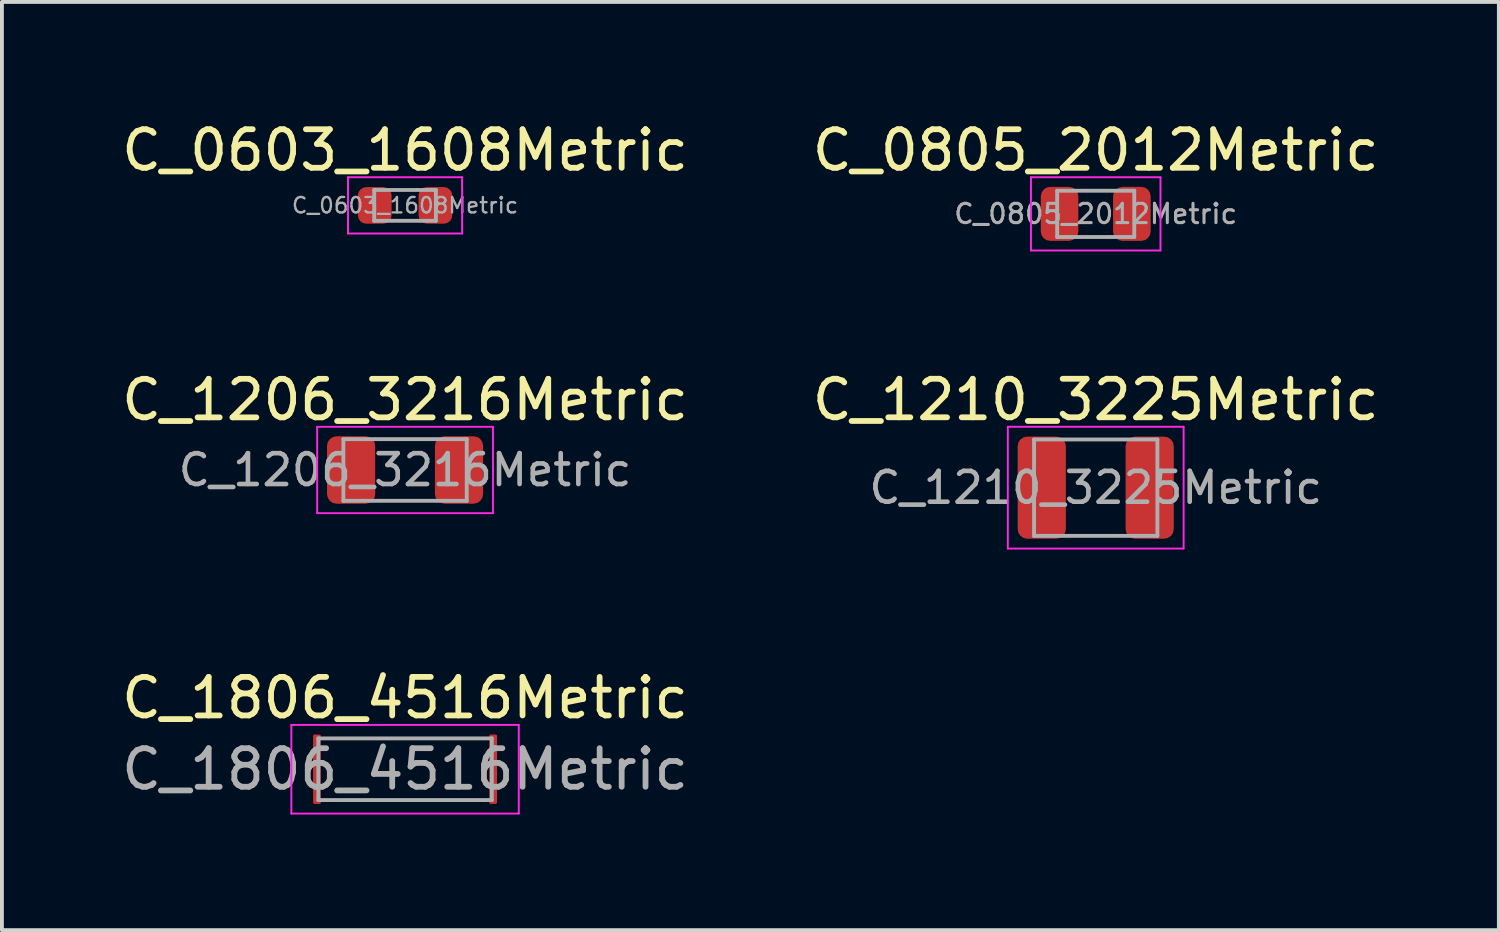
<source format=kicad_pcb>
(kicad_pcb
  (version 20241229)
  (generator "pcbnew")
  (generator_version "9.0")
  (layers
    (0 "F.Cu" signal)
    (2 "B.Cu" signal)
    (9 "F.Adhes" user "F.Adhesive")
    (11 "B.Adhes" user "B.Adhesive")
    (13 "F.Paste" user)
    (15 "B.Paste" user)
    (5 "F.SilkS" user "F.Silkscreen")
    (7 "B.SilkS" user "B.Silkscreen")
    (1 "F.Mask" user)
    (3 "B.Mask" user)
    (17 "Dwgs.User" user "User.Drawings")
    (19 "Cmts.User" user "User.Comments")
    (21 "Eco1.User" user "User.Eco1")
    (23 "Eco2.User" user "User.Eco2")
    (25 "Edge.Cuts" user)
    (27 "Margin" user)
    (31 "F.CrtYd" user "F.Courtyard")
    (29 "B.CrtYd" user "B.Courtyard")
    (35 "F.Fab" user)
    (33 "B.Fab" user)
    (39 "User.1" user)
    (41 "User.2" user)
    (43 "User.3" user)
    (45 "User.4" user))
  (footprint "C_0805_2012Metric"
    (layer "F.Cu")
    (at 25.375 2.498)
    (property "Reference" "C_0805_2012Metric" (at 0 -1.65 0) (layer "F.SilkS") (effects (font (size 1 1) (thickness 0.15))))
    (attr smd)
    (fp_line (start -1.68 -0.95) (end 1.68 -0.95) (stroke (width 0.05) (type solid)) (layer "F.CrtYd"))
    (fp_line (start -1.68 0.95) (end -1.68 -0.95) (stroke (width 0.05) (type solid)) (layer "F.CrtYd"))
    (fp_line (start 1.68 -0.95) (end 1.68 0.95) (stroke (width 0.05) (type solid)) (layer "F.CrtYd"))
    (fp_line (start 1.68 0.95) (end -1.68 0.95) (stroke (width 0.05) (type solid)) (layer "F.CrtYd"))
    (fp_line (start -1 -0.6) (end 1 -0.6) (stroke (width 0.1) (type solid)) (layer "F.Fab"))
    (fp_line (start -1 0.6) (end -1 -0.6) (stroke (width 0.1) (type solid)) (layer "F.Fab"))
    (fp_line (start 1 -0.6) (end 1 0.6) (stroke (width 0.1) (type solid)) (layer "F.Fab"))
    (fp_line (start 1 0.6) (end -1 0.6) (stroke (width 0.1) (type solid)) (layer "F.Fab"))
    (fp_text user "${REFERENCE}" (at 0 0 0) (layer "F.Fab") (effects (font (size 0.5 0.5) (thickness 0.08))))
    (pad "1" smd roundrect (at -0.938 0) (size 0.975 1.4) (layers "F.Cu" "F.Mask" "F.Paste") (roundrect_rratio 0.25))
    (pad "2" smd roundrect (at 0.938 0) (size 0.975 1.4) (layers "F.Cu" "F.Mask" "F.Paste") (roundrect_rratio 0.25)))
  (footprint "C_1210_3225Metric"
    (layer "F.Cu")
    (at 25.375 9.601)
    (property "Reference" "C_1210_3225Metric" (at 0 -2.28 0) (layer "F.SilkS") (effects (font (size 1 1) (thickness 0.15))))
    (attr smd)
    (fp_line (start -2.28 -1.58) (end 2.28 -1.58) (stroke (width 0.05) (type solid)) (layer "F.CrtYd"))
    (fp_line (start -2.28 1.58) (end -2.28 -1.58) (stroke (width 0.05) (type solid)) (layer "F.CrtYd"))
    (fp_line (start 2.28 -1.58) (end 2.28 1.58) (stroke (width 0.05) (type solid)) (layer "F.CrtYd"))
    (fp_line (start 2.28 1.58) (end -2.28 1.58) (stroke (width 0.05) (type solid)) (layer "F.CrtYd"))
    (fp_line (start -1.6 -1.25) (end 1.6 -1.25) (stroke (width 0.1) (type solid)) (layer "F.Fab"))
    (fp_line (start -1.6 1.25) (end -1.6 -1.25) (stroke (width 0.1) (type solid)) (layer "F.Fab"))
    (fp_line (start 1.6 -1.25) (end 1.6 1.25) (stroke (width 0.1) (type solid)) (layer "F.Fab"))
    (fp_line (start 1.6 1.25) (end -1.6 1.25) (stroke (width 0.1) (type solid)) (layer "F.Fab"))
    (fp_text user "${REFERENCE}" (at 0 0 0) (layer "F.Fab") (effects (font (size 0.8 0.8) (thickness 0.12))))
    (pad "1" smd roundrect (at -1.4 0) (size 1.25 2.65) (layers "F.Cu" "F.Mask" "F.Paste") (roundrect_rratio 0.2))
    (pad "2" smd roundrect (at 1.4 0) (size 1.25 2.65) (layers "F.Cu" "F.Mask" "F.Paste") (roundrect_rratio 0.2)))
  (footprint "C_1806_4516Metric"
    (layer "F.Cu")
    (at 7.458 16.905)
    (property "Reference" "C_1806_4516Metric" (at 0 -1.85 0) (layer "F.SilkS") (effects (font (size 1 1) (thickness 0.15))))
    (attr smd)
    (fp_line (start -2.95 -1.15) (end 2.95 -1.15) (stroke (width 0.05) (type solid)) (layer "F.CrtYd"))
    (fp_line (start -2.95 1.15) (end -2.95 -1.15) (stroke (width 0.05) (type solid)) (layer "F.CrtYd"))
    (fp_line (start 2.95 -1.15) (end 2.95 1.15) (stroke (width 0.05) (type solid)) (layer "F.CrtYd"))
    (fp_line (start 2.95 1.15) (end -2.95 1.15) (stroke (width 0.05) (type solid)) (layer "F.CrtYd"))
    (fp_line (start -2.25 -0.8) (end 2.25 -0.8) (stroke (width 0.1) (type solid)) (layer "F.Fab"))
    (fp_line (start -2.25 0.8) (end -2.25 -0.8) (stroke (width 0.1) (type solid)) (layer "F.Fab"))
    (fp_line (start 2.25 -0.8) (end 2.25 0.8) (stroke (width 0.1) (type solid)) (layer "F.Fab"))
    (fp_line (start 2.25 0.8) (end -2.25 0.8) (stroke (width 0.1) (type solid)) (layer "F.Fab"))
    (fp_text user "${REFERENCE}" (at 0 0 0) (layer "F.Fab") (effects (font (size 1 1) (thickness 0.15))))
    (pad "1" smd roundrect (at -2.286 0) (size 0.2 1.8) (layers "F.Cu" "F.Mask" "F.Paste") (roundrect_rratio 0.179))
    (pad "2" smd roundrect (at 2.286 0) (size 0.2 1.8) (layers "F.Cu" "F.Mask" "F.Paste") (roundrect_rratio 0.179)))
  (footprint "C_0603_1608Metric"
    (layer "F.Cu")
    (at 7.458 2.278)
    (property "Reference" "C_0603_1608Metric" (at 0 -1.43 0) (layer "F.SilkS") (effects (font (size 1 1) (thickness 0.15))))
    (attr smd)
    (fp_line (start -1.48 -0.73) (end 1.48 -0.73) (stroke (width 0.05) (type solid)) (layer "F.CrtYd"))
    (fp_line (start -1.48 0.73) (end -1.48 -0.73) (stroke (width 0.05) (type solid)) (layer "F.CrtYd"))
    (fp_line (start 1.48 -0.73) (end 1.48 0.73) (stroke (width 0.05) (type solid)) (layer "F.CrtYd"))
    (fp_line (start 1.48 0.73) (end -1.48 0.73) (stroke (width 0.05) (type solid)) (layer "F.CrtYd"))
    (fp_line (start -0.8 -0.4) (end 0.8 -0.4) (stroke (width 0.1) (type solid)) (layer "F.Fab"))
    (fp_line (start -0.8 0.4) (end -0.8 -0.4) (stroke (width 0.1) (type solid)) (layer "F.Fab"))
    (fp_line (start 0.8 -0.4) (end 0.8 0.4) (stroke (width 0.1) (type solid)) (layer "F.Fab"))
    (fp_line (start 0.8 0.4) (end -0.8 0.4) (stroke (width 0.1) (type solid)) (layer "F.Fab"))
    (fp_text user "${REFERENCE}" (at 0 0 0) (layer "F.Fab") (effects (font (size 0.4 0.4) (thickness 0.06))))
    (pad "1" smd roundrect (at -0.787 0) (size 0.875 0.95) (layers "F.Cu" "F.Mask" "F.Paste") (roundrect_rratio 0.25))
    (pad "2" smd roundrect (at 0.787 0) (size 0.875 0.95) (layers "F.Cu" "F.Mask" "F.Paste") (roundrect_rratio 0.25)))
  (footprint "C_1206_3216Metric"
    (layer "F.Cu")
    (at 7.458 9.142)
    (property "Reference" "C_1206_3216Metric" (at 0 -1.82 0) (layer "F.SilkS") (effects (font (size 1 1) (thickness 0.15))))
    (attr smd)
    (fp_line (start -2.28 -1.12) (end 2.28 -1.12) (stroke (width 0.05) (type solid)) (layer "F.CrtYd"))
    (fp_line (start -2.28 1.12) (end -2.28 -1.12) (stroke (width 0.05) (type solid)) (layer "F.CrtYd"))
    (fp_line (start 2.28 -1.12) (end 2.28 1.12) (stroke (width 0.05) (type solid)) (layer "F.CrtYd"))
    (fp_line (start 2.28 1.12) (end -2.28 1.12) (stroke (width 0.05) (type solid)) (layer "F.CrtYd"))
    (fp_line (start -1.6 -0.8) (end 1.6 -0.8) (stroke (width 0.1) (type solid)) (layer "F.Fab"))
    (fp_line (start -1.6 0.8) (end -1.6 -0.8) (stroke (width 0.1) (type solid)) (layer "F.Fab"))
    (fp_line (start 1.6 -0.8) (end 1.6 0.8) (stroke (width 0.1) (type solid)) (layer "F.Fab"))
    (fp_line (start 1.6 0.8) (end -1.6 0.8) (stroke (width 0.1) (type solid)) (layer "F.Fab"))
    (fp_text user "${REFERENCE}" (at 0 0 0) (layer "F.Fab") (effects (font (size 0.8 0.8) (thickness 0.12))))
    (pad "1" smd roundrect (at -1.4 0) (size 1.25 1.75) (layers "F.Cu" "F.Mask" "F.Paste") (roundrect_rratio 0.2))
    (pad "2" smd roundrect (at 1.4 0) (size 1.25 1.75) (layers "F.Cu" "F.Mask" "F.Paste") (roundrect_rratio 0.2)))
  (gr_rect
    (start -3 -3)
    (end 35.833 21.08)
    (stroke (width 0.1) (type default))
    (fill no)
    (layer "Edge.Cuts")))
</source>
